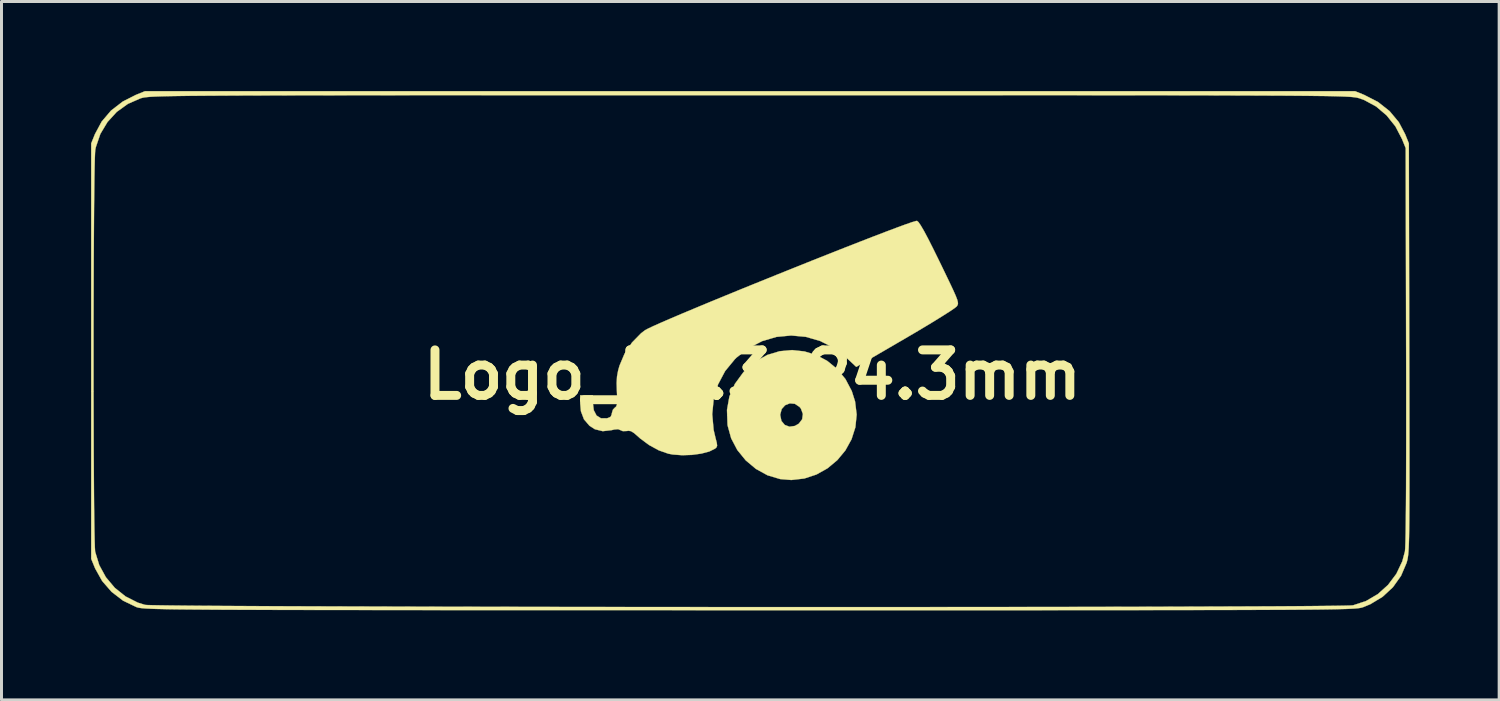
<source format=kicad_pcb>
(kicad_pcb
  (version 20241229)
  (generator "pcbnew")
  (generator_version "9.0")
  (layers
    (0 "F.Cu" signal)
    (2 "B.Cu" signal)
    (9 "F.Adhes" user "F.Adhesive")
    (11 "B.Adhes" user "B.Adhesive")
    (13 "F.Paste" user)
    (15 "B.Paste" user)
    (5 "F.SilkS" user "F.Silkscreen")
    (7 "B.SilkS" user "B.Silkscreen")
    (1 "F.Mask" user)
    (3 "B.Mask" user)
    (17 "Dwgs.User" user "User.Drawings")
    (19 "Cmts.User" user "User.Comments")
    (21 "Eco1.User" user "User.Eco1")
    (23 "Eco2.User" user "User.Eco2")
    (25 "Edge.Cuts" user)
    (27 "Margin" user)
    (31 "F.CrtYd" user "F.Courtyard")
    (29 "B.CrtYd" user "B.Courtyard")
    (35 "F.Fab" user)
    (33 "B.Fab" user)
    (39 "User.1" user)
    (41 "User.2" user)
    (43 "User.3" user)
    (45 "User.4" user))
  (footprint "Logo_52.3x24.3mm"
    (layer "F.Cu")
    (at 22.151 9.504)
    (property "Reference" "Logo_52.3x24.3mm" (at 0 0 0) (layer "F.SilkS") (effects (font (size 1.524 1.524) (thickness 0.3))))
    (attr through_hole)
    (fp_poly (pts (xy 1.744 -0.783) (xy 2.142 -0.661) (xy 2.511 -0.463) (xy 2.84 -0.194) (xy 3.117 0.143) (xy 3.329 0.545) (xy 3.439 0.893) (xy 3.492 1.332) (xy 3.449 1.757) (xy 3.32 2.16) (xy 3.115 2.531) (xy 2.845 2.857) (xy 2.518 3.13) (xy 2.146 3.339) (xy 1.739 3.473) (xy 1.305 3.523) (xy 0.931 3.492) (xy 0.508 3.366) (xy 0.118 3.152) (xy -0.224 2.865) (xy -0.506 2.518) (xy -0.711 2.127) (xy -0.828 1.705) (xy -0.834 1.663) (xy -0.845 1.349) (xy 0.931 1.349) (xy 0.973 1.546) (xy 1.084 1.679) (xy 1.242 1.738) (xy 1.422 1.712) (xy 1.554 1.637) (xy 1.667 1.488) (xy 1.691 1.311) (xy 1.625 1.133) (xy 1.578 1.075) (xy 1.422 0.971) (xy 1.253 0.956) (xy 1.098 1.017) (xy 0.982 1.145) (xy 0.932 1.328) (xy 0.931 1.349) (xy -0.845 1.349) (xy -0.851 1.176) (xy -0.77 0.724) (xy -0.588 0.306) (xy -0.304 -0.083) (xy -0.241 -0.152) (xy 0.115 -0.456) (xy 0.503 -0.667) (xy 0.913 -0.79) (xy 1.33 -0.828) (xy 1.744 -0.783)) (stroke (width 0.01) (type solid)) (fill yes) (layer "F.SilkS"))
    (fp_poly (pts (xy 5.564 -5.113) (xy 5.64 -5.002) (xy 5.747 -4.819) (xy 5.886 -4.558) (xy 6.061 -4.211) (xy 6.276 -3.774) (xy 6.279 -3.768) (xy 6.47 -3.373) (xy 6.619 -3.063) (xy 6.731 -2.825) (xy 6.809 -2.649) (xy 6.858 -2.523) (xy 6.881 -2.436) (xy 6.885 -2.377) (xy 6.871 -2.334) (xy 6.846 -2.296) (xy 6.842 -2.29) (xy 6.775 -2.236) (xy 6.628 -2.135) (xy 6.41 -1.996) (xy 6.135 -1.825) (xy 5.812 -1.629) (xy 5.453 -1.415) (xy 5.113 -1.216) (xy 3.479 -0.265) (xy 3.146 -0.576) (xy 2.727 -0.901) (xy 2.27 -1.133) (xy 1.79 -1.272) (xy 1.298 -1.317) (xy 0.807 -1.27) (xy 0.33 -1.13) (xy -0.123 -0.897) (xy -0.537 -0.573) (xy -0.588 -0.522) (xy -0.914 -0.125) (xy -1.151 0.322) (xy -1.296 0.807) (xy -1.346 1.318) (xy -1.299 1.844) (xy -1.236 2.114) (xy -1.193 2.28) (xy -1.182 2.376) (xy -1.205 2.433) (xy -1.251 2.473) (xy -1.445 2.569) (xy -1.713 2.639) (xy -2.025 2.682) (xy -2.352 2.693) (xy -2.664 2.67) (xy -2.818 2.641) (xy -3.135 2.53) (xy -3.464 2.35) (xy -3.764 2.127) (xy -3.812 2.083) (xy -3.961 1.953) (xy -4.067 1.887) (xy -4.156 1.874) (xy -4.202 1.882) (xy -4.339 1.887) (xy -4.415 1.855) (xy -4.497 1.821) (xy -4.627 1.832) (xy -4.714 1.853) (xy -5.011 1.888) (xy -5.276 1.823) (xy -5.456 1.707) (xy -5.641 1.492) (xy -5.743 1.222) (xy -5.768 0.954) (xy -5.768 0.688) (xy -5.345 0.688) (xy -5.345 0.93) (xy -5.313 1.186) (xy -5.221 1.363) (xy -5.074 1.455) (xy -4.876 1.457) (xy -4.865 1.455) (xy -4.749 1.407) (xy -4.71 1.317) (xy -4.71 1.293) (xy -4.672 1.168) (xy -4.612 1.104) (xy -4.565 1.064) (xy -4.539 1) (xy -4.529 0.889) (xy -4.532 0.708) (xy -4.539 0.554) (xy -4.547 0.276) (xy -4.535 0.058) (xy -4.497 -0.145) (xy -4.452 -0.305) (xy -4.282 -0.708) (xy -4.034 -1.08) (xy -3.73 -1.391) (xy -3.595 -1.494) (xy -3.497 -1.547) (xy -3.313 -1.634) (xy -3.05 -1.751) (xy -2.718 -1.895) (xy -2.325 -2.062) (xy -1.88 -2.248) (xy -1.39 -2.452) (xy -0.865 -2.668) (xy -0.313 -2.894) (xy 0.258 -3.125) (xy 0.839 -3.36) (xy 1.422 -3.594) (xy 1.998 -3.825) (xy 2.558 -4.047) (xy 3.095 -4.259) (xy 3.599 -4.456) (xy 4.063 -4.636) (xy 4.478 -4.795) (xy 4.834 -4.929) (xy 5.125 -5.036) (xy 5.341 -5.111) (xy 5.474 -5.151) (xy 5.513 -5.156) (xy 5.564 -5.113)) (stroke (width 0.01) (type solid)) (fill yes) (layer "F.SilkS"))
    (fp_poly (pts (xy 20.491 -9.376) (xy 20.953 -9.139) (xy 21.342 -8.832) (xy 21.65 -8.463) (xy 21.862 -8.062) (xy 21.987 -7.752) (xy 22.001 -0.9) (xy 22.003 0.092) (xy 22.005 0.984) (xy 22.006 1.781) (xy 22.007 2.489) (xy 22.007 3.113) (xy 22.007 3.661) (xy 22.006 4.136) (xy 22.004 4.545) (xy 22.002 4.893) (xy 21.998 5.187) (xy 21.994 5.431) (xy 21.988 5.631) (xy 21.982 5.794) (xy 21.974 5.924) (xy 21.965 6.027) (xy 21.954 6.109) (xy 21.943 6.175) (xy 21.929 6.232) (xy 21.915 6.285) (xy 21.909 6.304) (xy 21.725 6.733) (xy 21.454 7.114) (xy 21.107 7.435) (xy 20.697 7.683) (xy 20.465 7.779) (xy 20.438 7.788) (xy 20.409 7.796) (xy 20.374 7.805) (xy 20.331 7.812) (xy 20.276 7.819) (xy 20.206 7.826) (xy 20.118 7.832) (xy 20.008 7.837) (xy 19.874 7.843) (xy 19.712 7.847) (xy 19.519 7.852) (xy 19.293 7.856) (xy 19.029 7.86) (xy 18.724 7.863) (xy 18.377 7.866) (xy 17.982 7.869) (xy 17.538 7.871) (xy 17.04 7.873) (xy 16.486 7.875) (xy 15.873 7.877) (xy 15.198 7.878) (xy 14.456 7.879) (xy 13.646 7.88) (xy 12.764 7.881) (xy 11.806 7.882) (xy 10.77 7.882) (xy 9.653 7.883) (xy 8.45 7.883) (xy 7.16 7.883) (xy 5.779 7.883) (xy 4.303 7.883) (xy 2.73 7.883) (xy 1.057 7.883) (xy -0.091 7.883) (xy -1.832 7.883) (xy -3.471 7.882) (xy -5.01 7.882) (xy -6.452 7.882) (xy -7.802 7.882) (xy -9.061 7.881) (xy -10.234 7.881) (xy -11.323 7.88) (xy -12.331 7.879) (xy -13.263 7.878) (xy -14.12 7.877) (xy -14.906 7.876) (xy -15.624 7.875) (xy -16.277 7.873) (xy -16.87 7.871) (xy -17.403 7.869) (xy -17.882 7.867) (xy -18.309 7.864) (xy -18.686 7.861) (xy -19.019 7.858) (xy -19.308 7.855) (xy -19.559 7.851) (xy -19.773 7.846) (xy -19.954 7.842) (xy -20.106 7.837) (xy -20.231 7.831) (xy -20.332 7.826) (xy -20.414 7.819) (xy -20.478 7.813) (xy -20.528 7.805) (xy -20.567 7.798) (xy -20.599 7.79) (xy -20.626 7.781) (xy -20.637 7.777) (xy -21.077 7.566) (xy -21.462 7.271) (xy -21.779 6.907) (xy -22.014 6.487) (xy -22.027 6.456) (xy -22.146 6.165) (xy -22.146 -0.19) (xy -22.068 -0.19) (xy -22.068 0.546) (xy -22.066 1.268) (xy -22.064 1.966) (xy -22.062 2.634) (xy -22.058 3.263) (xy -22.054 3.845) (xy -22.05 4.373) (xy -22.044 4.837) (xy -22.038 5.231) (xy -22.031 5.546) (xy -22.024 5.773) (xy -22.016 5.906) (xy -22.013 5.929) (xy -21.877 6.374) (xy -21.654 6.781) (xy -21.356 7.135) (xy -20.996 7.423) (xy -20.588 7.63) (xy -20.346 7.705) (xy -20.271 7.711) (xy -20.094 7.716) (xy -19.821 7.721) (xy -19.455 7.726) (xy -19.001 7.731) (xy -18.464 7.736) (xy -17.847 7.74) (xy -17.156 7.744) (xy -16.396 7.748) (xy -15.569 7.752) (xy -14.682 7.755) (xy -13.738 7.758) (xy -12.742 7.761) (xy -11.699 7.764) (xy -10.612 7.767) (xy -9.487 7.769) (xy -8.328 7.771) (xy -7.139 7.773) (xy -5.924 7.775) (xy -4.689 7.776) (xy -3.438 7.777) (xy -2.175 7.778) (xy -0.905 7.779) (xy 0.368 7.779) (xy 1.639 7.78) (xy 2.904 7.78) (xy 4.159 7.779) (xy 5.398 7.779) (xy 6.618 7.778) (xy 7.813 7.777) (xy 8.98 7.776) (xy 10.114 7.775) (xy 11.211 7.773) (xy 12.265 7.771) (xy 13.273 7.769) (xy 14.23 7.766) (xy 15.132 7.763) (xy 15.973 7.76) (xy 16.75 7.757) (xy 17.459 7.754) (xy 18.094 7.75) (xy 18.651 7.746) (xy 19.125 7.741) (xy 19.513 7.737) (xy 19.81 7.732) (xy 20.01 7.727) (xy 20.111 7.721) (xy 20.119 7.72) (xy 20.553 7.577) (xy 20.948 7.345) (xy 21.29 7.037) (xy 21.568 6.667) (xy 21.767 6.248) (xy 21.856 5.916) (xy 21.865 5.812) (xy 21.873 5.604) (xy 21.88 5.293) (xy 21.885 4.88) (xy 21.89 4.366) (xy 21.894 3.753) (xy 21.896 3.042) (xy 21.898 2.234) (xy 21.898 1.33) (xy 21.898 0.333) (xy 21.896 -0.758) (xy 21.895 -0.984) (xy 21.881 -7.594) (xy 21.758 -7.897) (xy 21.537 -8.321) (xy 21.242 -8.689) (xy 20.89 -8.988) (xy 20.494 -9.203) (xy 20.337 -9.26) (xy 20.306 -9.269) (xy 20.274 -9.277) (xy 20.236 -9.286) (xy 20.19 -9.293) (xy 20.133 -9.3) (xy 20.061 -9.307) (xy 19.971 -9.313) (xy 19.86 -9.319) (xy 19.725 -9.324) (xy 19.563 -9.329) (xy 19.369 -9.334) (xy 19.143 -9.338) (xy 18.879 -9.341) (xy 18.574 -9.345) (xy 18.227 -9.348) (xy 17.833 -9.351) (xy 17.389 -9.353) (xy 16.892 -9.355) (xy 16.339 -9.357) (xy 15.727 -9.359) (xy 15.052 -9.361) (xy 14.311 -9.362) (xy 13.502 -9.363) (xy 12.62 -9.364) (xy 11.663 -9.364) (xy 10.628 -9.365) (xy 9.511 -9.365) (xy 8.309 -9.366) (xy 7.019 -9.366) (xy 5.638 -9.366) (xy 4.162 -9.366) (xy 2.588 -9.366) (xy 0.914 -9.366) (xy -0.079 -9.366) (xy -1.812 -9.366) (xy -3.442 -9.366) (xy -4.973 -9.366) (xy -6.407 -9.366) (xy -7.748 -9.366) (xy -9 -9.366) (xy -10.164 -9.365) (xy -11.246 -9.365) (xy -12.246 -9.364) (xy -13.17 -9.363) (xy -14.02 -9.362) (xy -14.799 -9.361) (xy -15.511 -9.36) (xy -16.158 -9.358) (xy -16.744 -9.357) (xy -17.273 -9.355) (xy -17.746 -9.352) (xy -18.168 -9.35) (xy -18.541 -9.347) (xy -18.87 -9.344) (xy -19.156 -9.34) (xy -19.404 -9.336) (xy -19.615 -9.332) (xy -19.795 -9.327) (xy -19.945 -9.322) (xy -20.069 -9.317) (xy -20.171 -9.311) (xy -20.252 -9.304) (xy -20.318 -9.297) (xy -20.37 -9.29) (xy -20.412 -9.282) (xy -20.447 -9.274) (xy -20.478 -9.265) (xy -20.498 -9.259) (xy -20.918 -9.075) (xy -21.29 -8.807) (xy -21.601 -8.467) (xy -21.839 -8.07) (xy -21.99 -7.63) (xy -22.009 -7.542) (xy -22.017 -7.443) (xy -22.025 -7.246) (xy -22.032 -6.96) (xy -22.039 -6.592) (xy -22.044 -6.151) (xy -22.05 -5.644) (xy -22.054 -5.079) (xy -22.058 -4.465) (xy -22.062 -3.809) (xy -22.064 -3.12) (xy -22.066 -2.406) (xy -22.068 -1.674) (xy -22.068 -0.932) (xy -22.068 -0.19) (xy -22.146 -0.19) (xy -22.146 -7.752) (xy -22.021 -8.062) (xy -21.794 -8.484) (xy -21.481 -8.851) (xy -21.089 -9.153) (xy -20.65 -9.376) (xy -20.346 -9.499) (xy 20.188 -9.499) (xy 20.491 -9.376)) (stroke (width 0.01) (type solid)) (fill yes) (layer "F.SilkS")))
  (gr_rect
    (start -3 -3)
    (end 47.163 20.392)
    (stroke (width 0.1) (type default))
    (fill no)
    (layer "Edge.Cuts")))
</source>
